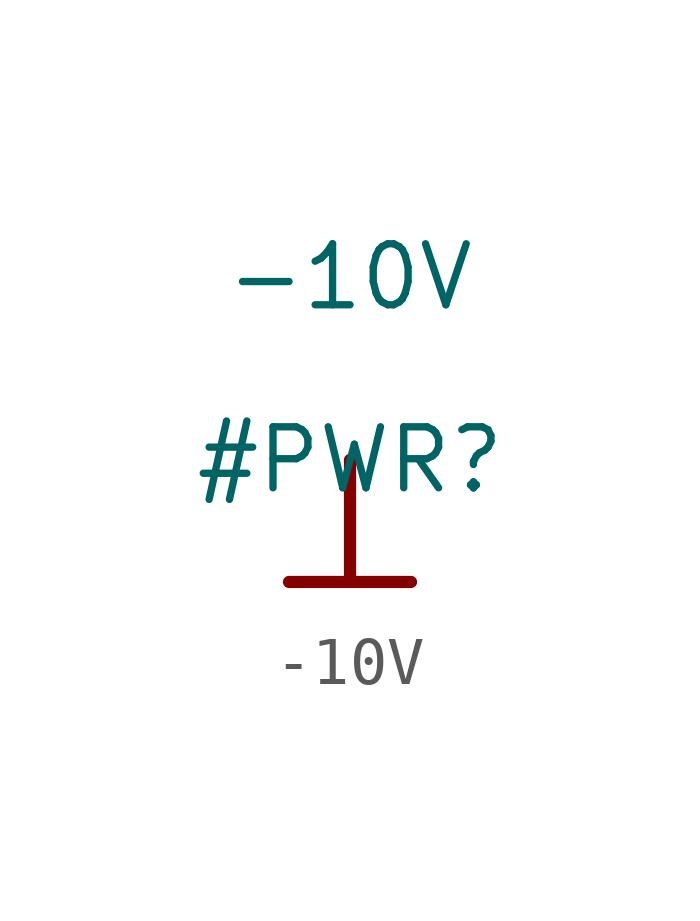
<source format=kicad_sym>
(kicad_symbol_lib
  (version 20220914)
  (generator kicad_symbol_editor)
  (symbol "-10V"
    (power)
    (property "Reference" "#PWR"
      (at 0 0 0)
      (effects (font (size 1.27 1.27))))
    (property "Value" "-10V"
      (at 0 3.81 0)
      (effects (font (size 1.27 1.27))))
    (symbol "-10V_0_0"
      (polyline (pts (xy -1.27 -2.54) (xy 1.27 -2.54)) (stroke (width 0.254) (type solid)) (fill (type none)))
      (polyline (pts (xy 0 0) (xy 0 -2.54)) (stroke (width 0.254) (type solid)) (fill (type none)))
      (pin power_in line (at 0 0 0) (length 0) hide (name "-10V" (effects (font (size 1.27 1.27)))) (number "" (effects (font (size 1.27 1.27))))))))
</source>
